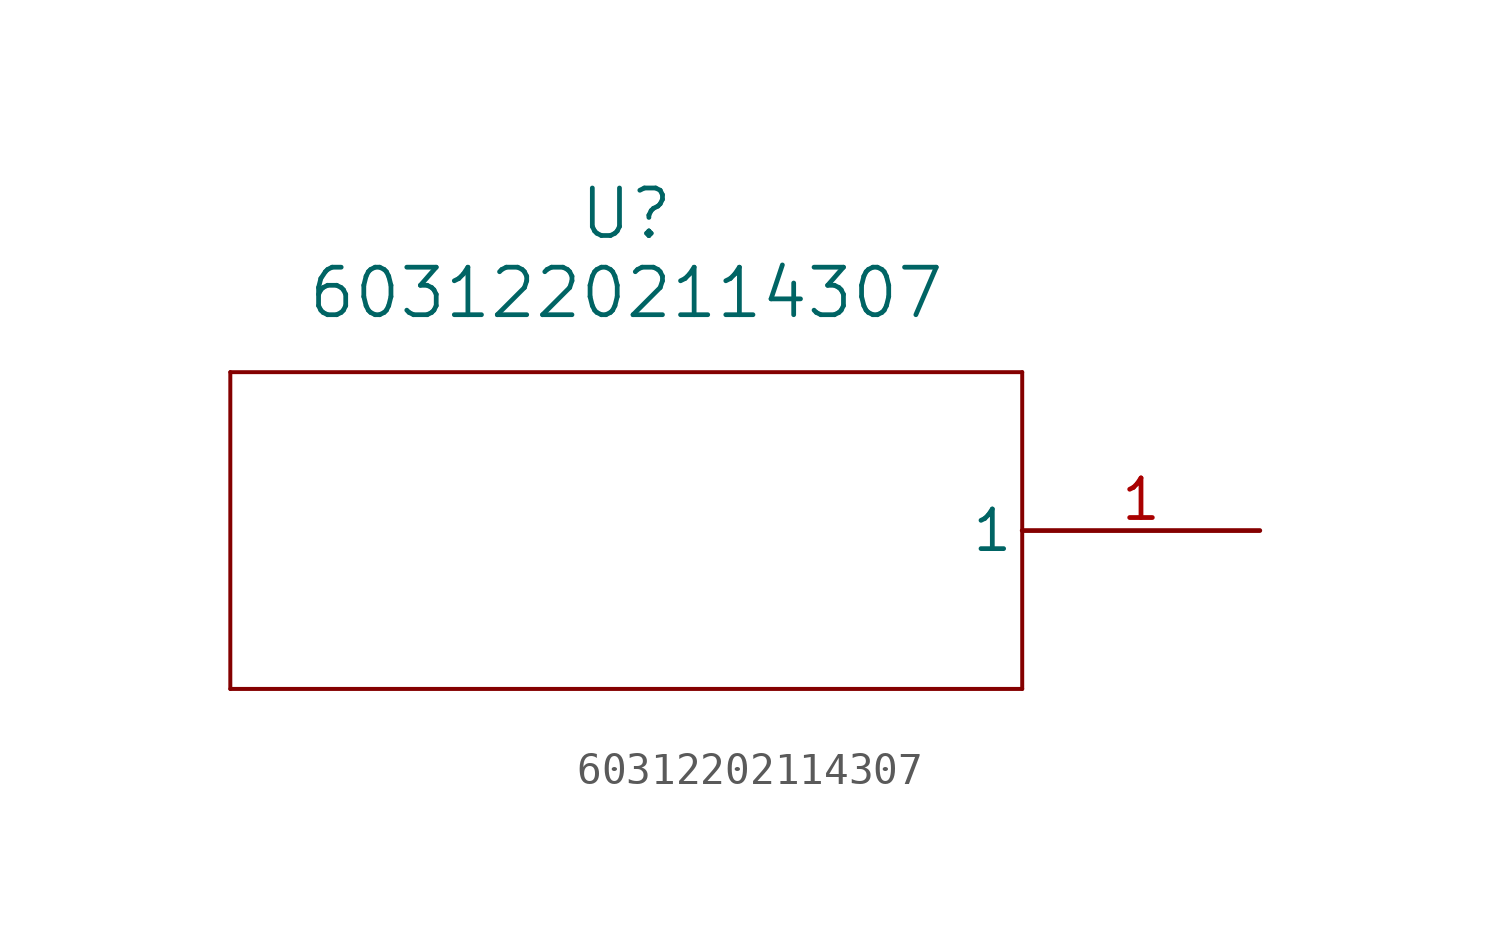
<source format=kicad_sym>
(kicad_symbol_lib
  (version 20211014)
  (generator kicad_symbol_editor)
  (symbol "60312202114307"
    (pin_names
      (offset 0.254))
    (property "Reference" "U"
      (at -20.32 10.16 0)
      (effects (font (size 1.524 1.524))))
    (property "Value" "60312202114307"
      (at -20.32 7.62 0)
      (effects (font (size 1.524 1.524))))
    (symbol "60312202114307_0_1"
      (polyline (pts (xy -33.02 5.08) (xy -33.02 -5.08)) (stroke (width 0.127) (type default) (color 0 0 0 0)) (fill (type none)))
      (polyline (pts (xy -33.02 -5.08) (xy -7.62 -5.08)) (stroke (width 0.127) (type default) (color 0 0 0 0)) (fill (type none)))
      (polyline (pts (xy -7.62 -5.08) (xy -7.62 5.08)) (stroke (width 0.127) (type default) (color 0 0 0 0)) (fill (type none)))
      (polyline (pts (xy -7.62 5.08) (xy -33.02 5.08)) (stroke (width 0.127) (type default) (color 0 0 0 0)) (fill (type none)))
      (pin unspecified line (at 0 0 180) (length 7.62) (name "1" (effects (font (size 1.27 1.27)))) (number "1" (effects (font (size 1.27 1.27))))))))
</source>
